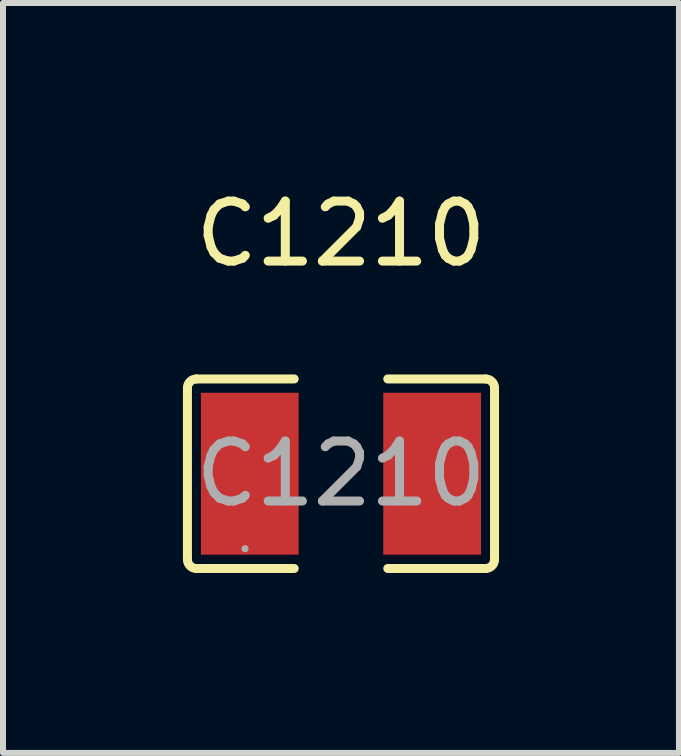
<source format=kicad_pcb>
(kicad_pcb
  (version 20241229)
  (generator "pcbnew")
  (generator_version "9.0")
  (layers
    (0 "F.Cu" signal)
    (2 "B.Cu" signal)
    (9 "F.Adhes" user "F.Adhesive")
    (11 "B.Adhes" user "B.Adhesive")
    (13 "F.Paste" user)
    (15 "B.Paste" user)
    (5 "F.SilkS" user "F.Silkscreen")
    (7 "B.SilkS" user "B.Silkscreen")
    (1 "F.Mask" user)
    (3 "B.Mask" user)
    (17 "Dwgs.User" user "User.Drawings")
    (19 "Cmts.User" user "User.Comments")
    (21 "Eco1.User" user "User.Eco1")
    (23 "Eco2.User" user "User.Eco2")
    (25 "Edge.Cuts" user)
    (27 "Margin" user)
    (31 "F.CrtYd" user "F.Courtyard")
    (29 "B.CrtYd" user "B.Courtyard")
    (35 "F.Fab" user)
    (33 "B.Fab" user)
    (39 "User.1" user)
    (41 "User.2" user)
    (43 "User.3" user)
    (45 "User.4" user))
  (footprint "C1210"
    (layer "F.Cu")
    (at 2.635 4.848)
    (property "Reference" "C1210" (at 0 -4 0) (layer "F.SilkS") (effects (font (size 1 1) (thickness 0.15))))
    (attr through_hole)
    (fp_line (start -2.56 1.43) (end -2.56 -1.43) (stroke (width 0.15) (type solid)) (layer "F.SilkS"))
    (fp_line (start -2.41 -1.58) (end -0.78 -1.58) (stroke (width 0.15) (type solid)) (layer "F.SilkS"))
    (fp_line (start -0.78 1.58) (end -2.41 1.58) (stroke (width 0.15) (type solid)) (layer "F.SilkS"))
    (fp_line (start 0.78 1.58) (end 2.41 1.58) (stroke (width 0.15) (type solid)) (layer "F.SilkS"))
    (fp_line (start 2.41 -1.58) (end 0.78 -1.58) (stroke (width 0.15) (type solid)) (layer "F.SilkS"))
    (fp_line (start 2.56 1.43) (end 2.56 -1.43) (stroke (width 0.15) (type solid)) (layer "F.SilkS"))
    (fp_arc (start -2.56 -1.43) (mid -2.516066 -1.536066) (end -2.41 -1.58) (stroke (width 0.15) (type solid)) (layer "F.SilkS"))
    (fp_arc (start -2.41 1.58) (mid -2.516066 1.536066) (end -2.56 1.43) (stroke (width 0.15) (type solid)) (layer "F.SilkS"))
    (fp_arc (start 2.41 -1.58) (mid 2.516066 -1.536066) (end 2.56 -1.43) (stroke (width 0.15) (type solid)) (layer "F.SilkS"))
    (fp_arc (start 2.56 1.43) (mid 2.516066 1.536066) (end 2.41 1.58) (stroke (width 0.15) (type solid)) (layer "F.SilkS"))
    (fp_circle (center -1.6 1.25) (end -1.57 1.25) (stroke (width 0.06) (type solid)) (fill no) (layer "F.Fab"))
    (fp_text user "${REFERENCE}" (at 0 0 0) (layer "F.Fab") (effects (font (size 1 1) (thickness 0.15))))
    (pad "1" smd rect (at -1.52 0) (size 1.63 2.7) (layers "F.Cu" "F.Mask" "F.Paste"))
    (pad "2" smd rect (at 1.52 0) (size 1.63 2.7) (layers "F.Cu" "F.Mask" "F.Paste")))
  (gr_rect
    (start -3 -3)
    (end 8.27 9.503)
    (stroke (width 0.1) (type default))
    (fill no)
    (layer "Edge.Cuts")))
</source>
